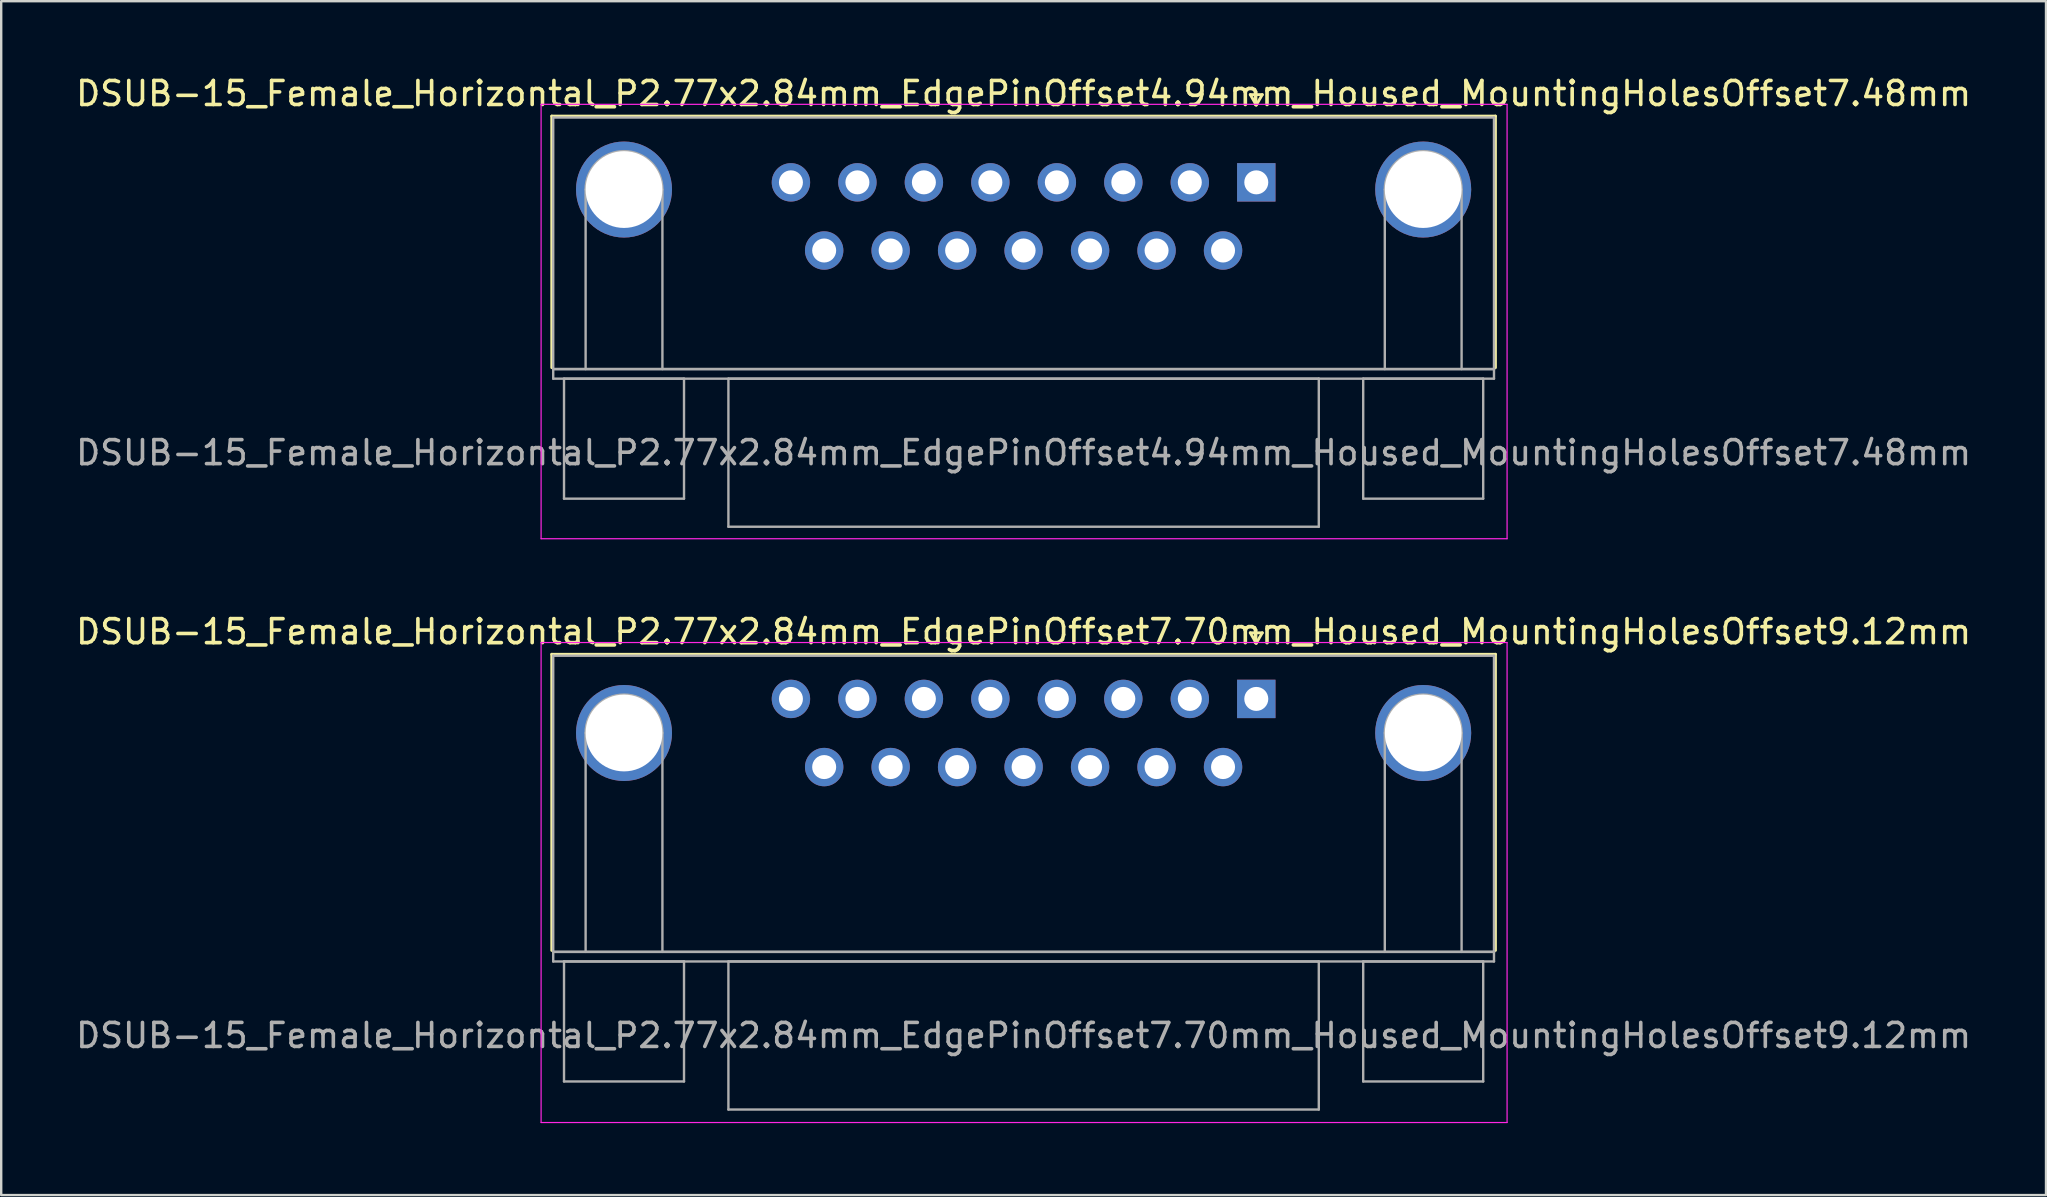
<source format=kicad_pcb>
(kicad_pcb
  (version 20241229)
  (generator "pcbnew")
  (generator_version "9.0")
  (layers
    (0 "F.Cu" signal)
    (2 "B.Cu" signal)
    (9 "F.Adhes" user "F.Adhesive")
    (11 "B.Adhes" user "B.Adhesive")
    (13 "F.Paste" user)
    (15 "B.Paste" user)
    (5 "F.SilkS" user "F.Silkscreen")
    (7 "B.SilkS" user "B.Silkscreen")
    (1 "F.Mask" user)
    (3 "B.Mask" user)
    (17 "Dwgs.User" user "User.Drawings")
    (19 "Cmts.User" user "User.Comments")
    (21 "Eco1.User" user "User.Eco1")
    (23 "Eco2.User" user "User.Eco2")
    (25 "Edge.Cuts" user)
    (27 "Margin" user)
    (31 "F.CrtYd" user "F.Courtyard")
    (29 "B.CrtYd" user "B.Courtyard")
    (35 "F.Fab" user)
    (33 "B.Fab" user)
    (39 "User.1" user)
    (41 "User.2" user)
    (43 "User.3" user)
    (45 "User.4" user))
  (footprint "DSUB-15_Female_Horizontal_P2.77x2.84mm_EdgePinOffset4.94mm_Housed_MountingHolesOffset7.48mm"
    (layer "F.Cu")
    (at 49.296 4.548)
    (property "Reference" "DSUB-15_Female_Horizontal_P2.77x2.84mm_EdgePinOffset4.94mm_Housed_MountingHolesOffset7.48mm" (at -9.695 -3.7 0) (layer "F.SilkS") (effects (font (size 1 1) (thickness 0.15))))
    (attr through_hole)
    (fp_line (start -29.355 -2.76) (end 9.965 -2.76) (stroke (width 0.12) (type solid)) (layer "F.SilkS"))
    (fp_line (start -29.355 7.72) (end -29.355 -2.76) (stroke (width 0.12) (type solid)) (layer "F.SilkS"))
    (fp_line (start -0.25 -3.654) (end 0.25 -3.654) (stroke (width 0.12) (type solid)) (layer "F.SilkS"))
    (fp_line (start 0 -3.221) (end -0.25 -3.654) (stroke (width 0.12) (type solid)) (layer "F.SilkS"))
    (fp_line (start 0.25 -3.654) (end 0 -3.221) (stroke (width 0.12) (type solid)) (layer "F.SilkS"))
    (fp_line (start 9.965 -2.76) (end 9.965 7.72) (stroke (width 0.12) (type solid)) (layer "F.SilkS"))
    (fp_line (start -29.8 -3.25) (end -29.8 14.85) (stroke (width 0.05) (type solid)) (layer "F.CrtYd"))
    (fp_line (start -29.8 14.85) (end 10.45 14.85) (stroke (width 0.05) (type solid)) (layer "F.CrtYd"))
    (fp_line (start 10.45 -3.25) (end -29.8 -3.25) (stroke (width 0.05) (type solid)) (layer "F.CrtYd"))
    (fp_line (start 10.45 14.85) (end 10.45 -3.25) (stroke (width 0.05) (type solid)) (layer "F.CrtYd"))
    (fp_line (start -29.295 -2.7) (end -29.295 7.78) (stroke (width 0.1) (type solid)) (layer "F.Fab"))
    (fp_line (start -29.295 7.78) (end -29.295 8.18) (stroke (width 0.1) (type solid)) (layer "F.Fab"))
    (fp_line (start -29.295 7.78) (end 9.905 7.78) (stroke (width 0.1) (type solid)) (layer "F.Fab"))
    (fp_line (start -29.295 8.18) (end 9.905 8.18) (stroke (width 0.1) (type solid)) (layer "F.Fab"))
    (fp_line (start -28.845 8.18) (end -28.845 13.18) (stroke (width 0.1) (type solid)) (layer "F.Fab"))
    (fp_line (start -28.845 13.18) (end -23.845 13.18) (stroke (width 0.1) (type solid)) (layer "F.Fab"))
    (fp_line (start -27.945 7.78) (end -27.945 0.3) (stroke (width 0.1) (type solid)) (layer "F.Fab"))
    (fp_line (start -24.745 7.78) (end -24.745 0.3) (stroke (width 0.1) (type solid)) (layer "F.Fab"))
    (fp_line (start -23.845 8.18) (end -28.845 8.18) (stroke (width 0.1) (type solid)) (layer "F.Fab"))
    (fp_line (start -23.845 13.18) (end -23.845 8.18) (stroke (width 0.1) (type solid)) (layer "F.Fab"))
    (fp_line (start -21.995 8.18) (end -21.995 14.35) (stroke (width 0.1) (type solid)) (layer "F.Fab"))
    (fp_line (start -21.995 14.35) (end 2.605 14.35) (stroke (width 0.1) (type solid)) (layer "F.Fab"))
    (fp_line (start 2.605 8.18) (end -21.995 8.18) (stroke (width 0.1) (type solid)) (layer "F.Fab"))
    (fp_line (start 2.605 14.35) (end 2.605 8.18) (stroke (width 0.1) (type solid)) (layer "F.Fab"))
    (fp_line (start 4.455 8.18) (end 4.455 13.18) (stroke (width 0.1) (type solid)) (layer "F.Fab"))
    (fp_line (start 4.455 13.18) (end 9.455 13.18) (stroke (width 0.1) (type solid)) (layer "F.Fab"))
    (fp_line (start 5.355 7.78) (end 5.355 0.3) (stroke (width 0.1) (type solid)) (layer "F.Fab"))
    (fp_line (start 8.555 7.78) (end 8.555 0.3) (stroke (width 0.1) (type solid)) (layer "F.Fab"))
    (fp_line (start 9.455 8.18) (end 4.455 8.18) (stroke (width 0.1) (type solid)) (layer "F.Fab"))
    (fp_line (start 9.455 13.18) (end 9.455 8.18) (stroke (width 0.1) (type solid)) (layer "F.Fab"))
    (fp_line (start 9.905 -2.7) (end -29.295 -2.7) (stroke (width 0.1) (type solid)) (layer "F.Fab"))
    (fp_line (start 9.905 7.78) (end -29.295 7.78) (stroke (width 0.1) (type solid)) (layer "F.Fab"))
    (fp_line (start 9.905 7.78) (end 9.905 -2.7) (stroke (width 0.1) (type solid)) (layer "F.Fab"))
    (fp_line (start 9.905 8.18) (end 9.905 7.78) (stroke (width 0.1) (type solid)) (layer "F.Fab"))
    (fp_arc (start -27.945 0.3) (mid -26.345 -1.3) (end -24.745 0.3) (stroke (width 0.1) (type solid)) (layer "F.Fab"))
    (fp_arc (start 5.355 0.3) (mid 6.955 -1.3) (end 8.555 0.3) (stroke (width 0.1) (type solid)) (layer "F.Fab"))
    (fp_text user "${REFERENCE}" (at -9.695 11.265 0) (layer "F.Fab") (effects (font (size 1 1) (thickness 0.15))))
    (pad "0" thru_hole circle (at -26.345 0.3) (size 4 4) (drill 3.2) (layers "*.Cu" "*.Mask"))
    (pad "0" thru_hole circle (at 6.955 0.3) (size 4 4) (drill 3.2) (layers "*.Cu" "*.Mask"))
    (pad "1" thru_hole rect (at 0 0) (size 1.6 1.6) (drill 1) (layers "*.Cu" "*.Mask"))
    (pad "2" thru_hole circle (at -2.77 0) (size 1.6 1.6) (drill 1) (layers "*.Cu" "*.Mask"))
    (pad "3" thru_hole circle (at -5.54 0) (size 1.6 1.6) (drill 1) (layers "*.Cu" "*.Mask"))
    (pad "4" thru_hole circle (at -8.31 0) (size 1.6 1.6) (drill 1) (layers "*.Cu" "*.Mask"))
    (pad "5" thru_hole circle (at -11.08 0) (size 1.6 1.6) (drill 1) (layers "*.Cu" "*.Mask"))
    (pad "6" thru_hole circle (at -13.85 0) (size 1.6 1.6) (drill 1) (layers "*.Cu" "*.Mask"))
    (pad "7" thru_hole circle (at -16.62 0) (size 1.6 1.6) (drill 1) (layers "*.Cu" "*.Mask"))
    (pad "8" thru_hole circle (at -19.39 0) (size 1.6 1.6) (drill 1) (layers "*.Cu" "*.Mask"))
    (pad "9" thru_hole circle (at -1.385 2.84) (size 1.6 1.6) (drill 1) (layers "*.Cu" "*.Mask"))
    (pad "10" thru_hole circle (at -4.155 2.84) (size 1.6 1.6) (drill 1) (layers "*.Cu" "*.Mask"))
    (pad "11" thru_hole circle (at -6.925 2.84) (size 1.6 1.6) (drill 1) (layers "*.Cu" "*.Mask"))
    (pad "12" thru_hole circle (at -9.695 2.84) (size 1.6 1.6) (drill 1) (layers "*.Cu" "*.Mask"))
    (pad "13" thru_hole circle (at -12.465 2.84) (size 1.6 1.6) (drill 1) (layers "*.Cu" "*.Mask"))
    (pad "14" thru_hole circle (at -15.235 2.84) (size 1.6 1.6) (drill 1) (layers "*.Cu" "*.Mask"))
    (pad "15" thru_hole circle (at -18.005 2.84) (size 1.6 1.6) (drill 1) (layers "*.Cu" "*.Mask")))
  (footprint "DSUB-15_Female_Horizontal_P2.77x2.84mm_EdgePinOffset7.70mm_Housed_MountingHolesOffset9.12mm"
    (layer "F.Cu")
    (at 49.296 26.072)
    (property "Reference" "DSUB-15_Female_Horizontal_P2.77x2.84mm_EdgePinOffset7.70mm_Housed_MountingHolesOffset9.12mm" (at -9.695 -2.8 0) (layer "F.SilkS") (effects (font (size 1 1) (thickness 0.15))))
    (attr through_hole)
    (fp_line (start -29.355 -1.86) (end 9.965 -1.86) (stroke (width 0.12) (type solid)) (layer "F.SilkS"))
    (fp_line (start -29.355 10.48) (end -29.355 -1.86) (stroke (width 0.12) (type solid)) (layer "F.SilkS"))
    (fp_line (start -0.25 -2.754) (end 0.25 -2.754) (stroke (width 0.12) (type solid)) (layer "F.SilkS"))
    (fp_line (start 0 -2.321) (end -0.25 -2.754) (stroke (width 0.12) (type solid)) (layer "F.SilkS"))
    (fp_line (start 0.25 -2.754) (end 0 -2.321) (stroke (width 0.12) (type solid)) (layer "F.SilkS"))
    (fp_line (start 9.965 -1.86) (end 9.965 10.48) (stroke (width 0.12) (type solid)) (layer "F.SilkS"))
    (fp_line (start -29.8 -2.35) (end -29.8 17.65) (stroke (width 0.05) (type solid)) (layer "F.CrtYd"))
    (fp_line (start -29.8 17.65) (end 10.45 17.65) (stroke (width 0.05) (type solid)) (layer "F.CrtYd"))
    (fp_line (start 10.45 -2.35) (end -29.8 -2.35) (stroke (width 0.05) (type solid)) (layer "F.CrtYd"))
    (fp_line (start 10.45 17.65) (end 10.45 -2.35) (stroke (width 0.05) (type solid)) (layer "F.CrtYd"))
    (fp_line (start -29.295 -1.8) (end -29.295 10.54) (stroke (width 0.1) (type solid)) (layer "F.Fab"))
    (fp_line (start -29.295 10.54) (end -29.295 10.94) (stroke (width 0.1) (type solid)) (layer "F.Fab"))
    (fp_line (start -29.295 10.54) (end 9.905 10.54) (stroke (width 0.1) (type solid)) (layer "F.Fab"))
    (fp_line (start -29.295 10.94) (end 9.905 10.94) (stroke (width 0.1) (type solid)) (layer "F.Fab"))
    (fp_line (start -28.845 10.94) (end -28.845 15.94) (stroke (width 0.1) (type solid)) (layer "F.Fab"))
    (fp_line (start -28.845 15.94) (end -23.845 15.94) (stroke (width 0.1) (type solid)) (layer "F.Fab"))
    (fp_line (start -27.945 10.54) (end -27.945 1.42) (stroke (width 0.1) (type solid)) (layer "F.Fab"))
    (fp_line (start -24.745 10.54) (end -24.745 1.42) (stroke (width 0.1) (type solid)) (layer "F.Fab"))
    (fp_line (start -23.845 10.94) (end -28.845 10.94) (stroke (width 0.1) (type solid)) (layer "F.Fab"))
    (fp_line (start -23.845 15.94) (end -23.845 10.94) (stroke (width 0.1) (type solid)) (layer "F.Fab"))
    (fp_line (start -21.995 10.94) (end -21.995 17.11) (stroke (width 0.1) (type solid)) (layer "F.Fab"))
    (fp_line (start -21.995 17.11) (end 2.605 17.11) (stroke (width 0.1) (type solid)) (layer "F.Fab"))
    (fp_line (start 2.605 10.94) (end -21.995 10.94) (stroke (width 0.1) (type solid)) (layer "F.Fab"))
    (fp_line (start 2.605 17.11) (end 2.605 10.94) (stroke (width 0.1) (type solid)) (layer "F.Fab"))
    (fp_line (start 4.455 10.94) (end 4.455 15.94) (stroke (width 0.1) (type solid)) (layer "F.Fab"))
    (fp_line (start 4.455 15.94) (end 9.455 15.94) (stroke (width 0.1) (type solid)) (layer "F.Fab"))
    (fp_line (start 5.355 10.54) (end 5.355 1.42) (stroke (width 0.1) (type solid)) (layer "F.Fab"))
    (fp_line (start 8.555 10.54) (end 8.555 1.42) (stroke (width 0.1) (type solid)) (layer "F.Fab"))
    (fp_line (start 9.455 10.94) (end 4.455 10.94) (stroke (width 0.1) (type solid)) (layer "F.Fab"))
    (fp_line (start 9.455 15.94) (end 9.455 10.94) (stroke (width 0.1) (type solid)) (layer "F.Fab"))
    (fp_line (start 9.905 -1.8) (end -29.295 -1.8) (stroke (width 0.1) (type solid)) (layer "F.Fab"))
    (fp_line (start 9.905 10.54) (end -29.295 10.54) (stroke (width 0.1) (type solid)) (layer "F.Fab"))
    (fp_line (start 9.905 10.54) (end 9.905 -1.8) (stroke (width 0.1) (type solid)) (layer "F.Fab"))
    (fp_line (start 9.905 10.94) (end 9.905 10.54) (stroke (width 0.1) (type solid)) (layer "F.Fab"))
    (fp_arc (start -27.945 1.42) (mid -26.345 -0.18) (end -24.745 1.42) (stroke (width 0.1) (type solid)) (layer "F.Fab"))
    (fp_arc (start 5.355 1.42) (mid 6.955 -0.18) (end 8.555 1.42) (stroke (width 0.1) (type solid)) (layer "F.Fab"))
    (fp_text user "${REFERENCE}" (at -9.695 14.025 0) (layer "F.Fab") (effects (font (size 1 1) (thickness 0.15))))
    (pad "0" thru_hole circle (at -26.345 1.42) (size 4 4) (drill 3.2) (layers "*.Cu" "*.Mask"))
    (pad "0" thru_hole circle (at 6.955 1.42) (size 4 4) (drill 3.2) (layers "*.Cu" "*.Mask"))
    (pad "1" thru_hole rect (at 0 0) (size 1.6 1.6) (drill 1) (layers "*.Cu" "*.Mask"))
    (pad "2" thru_hole circle (at -2.77 0) (size 1.6 1.6) (drill 1) (layers "*.Cu" "*.Mask"))
    (pad "3" thru_hole circle (at -5.54 0) (size 1.6 1.6) (drill 1) (layers "*.Cu" "*.Mask"))
    (pad "4" thru_hole circle (at -8.31 0) (size 1.6 1.6) (drill 1) (layers "*.Cu" "*.Mask"))
    (pad "5" thru_hole circle (at -11.08 0) (size 1.6 1.6) (drill 1) (layers "*.Cu" "*.Mask"))
    (pad "6" thru_hole circle (at -13.85 0) (size 1.6 1.6) (drill 1) (layers "*.Cu" "*.Mask"))
    (pad "7" thru_hole circle (at -16.62 0) (size 1.6 1.6) (drill 1) (layers "*.Cu" "*.Mask"))
    (pad "8" thru_hole circle (at -19.39 0) (size 1.6 1.6) (drill 1) (layers "*.Cu" "*.Mask"))
    (pad "9" thru_hole circle (at -1.385 2.84) (size 1.6 1.6) (drill 1) (layers "*.Cu" "*.Mask"))
    (pad "10" thru_hole circle (at -4.155 2.84) (size 1.6 1.6) (drill 1) (layers "*.Cu" "*.Mask"))
    (pad "11" thru_hole circle (at -6.925 2.84) (size 1.6 1.6) (drill 1) (layers "*.Cu" "*.Mask"))
    (pad "12" thru_hole circle (at -9.695 2.84) (size 1.6 1.6) (drill 1) (layers "*.Cu" "*.Mask"))
    (pad "13" thru_hole circle (at -12.465 2.84) (size 1.6 1.6) (drill 1) (layers "*.Cu" "*.Mask"))
    (pad "14" thru_hole circle (at -15.235 2.84) (size 1.6 1.6) (drill 1) (layers "*.Cu" "*.Mask"))
    (pad "15" thru_hole circle (at -18.005 2.84) (size 1.6 1.6) (drill 1) (layers "*.Cu" "*.Mask")))
  (gr_rect
    (start -3 -3)
    (end 82.202 46.746)
    (stroke (width 0.1) (type default))
    (fill no)
    (layer "Edge.Cuts")))
</source>
